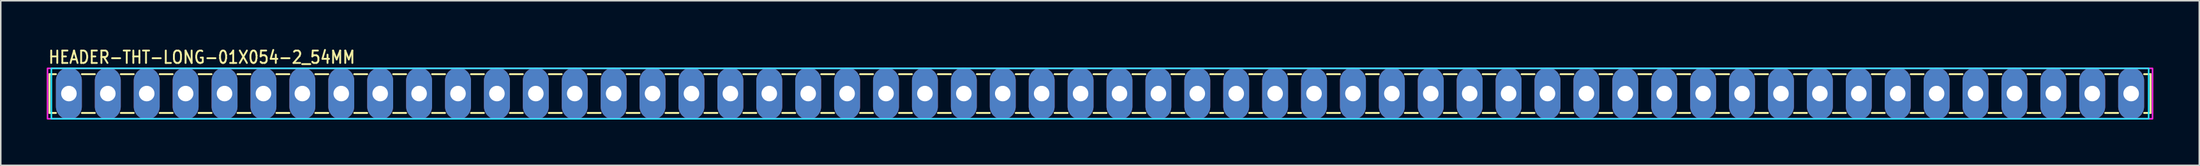
<source format=kicad_pcb>
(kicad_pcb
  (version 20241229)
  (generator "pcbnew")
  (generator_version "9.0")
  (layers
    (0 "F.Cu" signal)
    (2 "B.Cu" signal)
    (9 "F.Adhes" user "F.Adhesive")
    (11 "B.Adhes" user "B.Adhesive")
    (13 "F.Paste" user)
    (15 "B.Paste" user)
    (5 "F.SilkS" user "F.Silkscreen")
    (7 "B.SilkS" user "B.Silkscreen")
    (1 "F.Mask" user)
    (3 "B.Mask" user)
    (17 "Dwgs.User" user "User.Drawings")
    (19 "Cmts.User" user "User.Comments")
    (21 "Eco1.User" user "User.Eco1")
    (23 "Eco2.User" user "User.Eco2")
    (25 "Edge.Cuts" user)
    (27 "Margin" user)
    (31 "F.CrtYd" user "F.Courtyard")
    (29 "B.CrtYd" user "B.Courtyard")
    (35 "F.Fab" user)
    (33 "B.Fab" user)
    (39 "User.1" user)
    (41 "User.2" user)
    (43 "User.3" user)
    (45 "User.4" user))
  (footprint "HEADER-THT-LONG-01X054-2_54MM"
    (layer "F.Cu")
    (at 1.447 3.079)
    (property "Reference" "HEADER-THT-LONG-01X054-2_54MM" (at -1.4 -1.9 0) (unlocked yes) (layer "F.SilkS") (effects (font (size 0.813 0.695) (thickness 0.122)) (justify left bottom)))
    (fp_line (start -1.27 -1.27) (end -1.27 1.27) (stroke (width 0.127) (type solid)) (layer "F.SilkS"))
    (fp_line (start -1.27 1.27) (end -0.85 1.27) (stroke (width 0.127) (type solid)) (layer "F.SilkS"))
    (fp_line (start -0.85 -1.27) (end -1.27 -1.27) (stroke (width 0.127) (type solid)) (layer "F.SilkS"))
    (fp_line (start 0.85 -1.27) (end 1.69 -1.27) (stroke (width 0.127) (type solid)) (layer "F.SilkS"))
    (fp_line (start 0.85 1.27) (end 1.69 1.27) (stroke (width 0.127) (type solid)) (layer "F.SilkS"))
    (fp_line (start 3.39 -1.27) (end 4.23 -1.27) (stroke (width 0.127) (type solid)) (layer "F.SilkS"))
    (fp_line (start 3.39 1.27) (end 4.23 1.27) (stroke (width 0.127) (type solid)) (layer "F.SilkS"))
    (fp_line (start 5.93 -1.27) (end 6.77 -1.27) (stroke (width 0.127) (type solid)) (layer "F.SilkS"))
    (fp_line (start 5.93 1.27) (end 6.77 1.27) (stroke (width 0.127) (type solid)) (layer "F.SilkS"))
    (fp_line (start 8.47 -1.27) (end 9.31 -1.27) (stroke (width 0.127) (type solid)) (layer "F.SilkS"))
    (fp_line (start 8.47 1.27) (end 9.31 1.27) (stroke (width 0.127) (type solid)) (layer "F.SilkS"))
    (fp_line (start 11.01 -1.27) (end 11.85 -1.27) (stroke (width 0.127) (type solid)) (layer "F.SilkS"))
    (fp_line (start 11.01 1.27) (end 11.85 1.27) (stroke (width 0.127) (type solid)) (layer "F.SilkS"))
    (fp_line (start 13.55 -1.27) (end 14.39 -1.27) (stroke (width 0.127) (type solid)) (layer "F.SilkS"))
    (fp_line (start 13.55 1.27) (end 14.39 1.27) (stroke (width 0.127) (type solid)) (layer "F.SilkS"))
    (fp_line (start 16.09 -1.27) (end 16.93 -1.27) (stroke (width 0.127) (type solid)) (layer "F.SilkS"))
    (fp_line (start 16.09 1.27) (end 16.93 1.27) (stroke (width 0.127) (type solid)) (layer "F.SilkS"))
    (fp_line (start 18.63 -1.27) (end 19.47 -1.27) (stroke (width 0.127) (type solid)) (layer "F.SilkS"))
    (fp_line (start 18.63 1.27) (end 19.47 1.27) (stroke (width 0.127) (type solid)) (layer "F.SilkS"))
    (fp_line (start 21.17 -1.27) (end 22.01 -1.27) (stroke (width 0.127) (type solid)) (layer "F.SilkS"))
    (fp_line (start 21.17 1.27) (end 22.01 1.27) (stroke (width 0.127) (type solid)) (layer "F.SilkS"))
    (fp_line (start 23.71 -1.27) (end 24.55 -1.27) (stroke (width 0.127) (type solid)) (layer "F.SilkS"))
    (fp_line (start 23.71 1.27) (end 24.55 1.27) (stroke (width 0.127) (type solid)) (layer "F.SilkS"))
    (fp_line (start 26.25 -1.27) (end 27.09 -1.27) (stroke (width 0.127) (type solid)) (layer "F.SilkS"))
    (fp_line (start 26.25 1.27) (end 27.09 1.27) (stroke (width 0.127) (type solid)) (layer "F.SilkS"))
    (fp_line (start 28.79 -1.27) (end 29.63 -1.27) (stroke (width 0.127) (type solid)) (layer "F.SilkS"))
    (fp_line (start 28.79 1.27) (end 29.63 1.27) (stroke (width 0.127) (type solid)) (layer "F.SilkS"))
    (fp_line (start 31.33 -1.27) (end 32.17 -1.27) (stroke (width 0.127) (type solid)) (layer "F.SilkS"))
    (fp_line (start 31.33 1.27) (end 32.17 1.27) (stroke (width 0.127) (type solid)) (layer "F.SilkS"))
    (fp_line (start 33.87 -1.27) (end 34.71 -1.27) (stroke (width 0.127) (type solid)) (layer "F.SilkS"))
    (fp_line (start 33.87 1.27) (end 34.71 1.27) (stroke (width 0.127) (type solid)) (layer "F.SilkS"))
    (fp_line (start 36.41 -1.27) (end 37.25 -1.27) (stroke (width 0.127) (type solid)) (layer "F.SilkS"))
    (fp_line (start 36.41 1.27) (end 37.25 1.27) (stroke (width 0.127) (type solid)) (layer "F.SilkS"))
    (fp_line (start 38.95 -1.27) (end 39.79 -1.27) (stroke (width 0.127) (type solid)) (layer "F.SilkS"))
    (fp_line (start 38.95 1.27) (end 39.79 1.27) (stroke (width 0.127) (type solid)) (layer "F.SilkS"))
    (fp_line (start 41.49 -1.27) (end 42.33 -1.27) (stroke (width 0.127) (type solid)) (layer "F.SilkS"))
    (fp_line (start 41.49 1.27) (end 42.33 1.27) (stroke (width 0.127) (type solid)) (layer "F.SilkS"))
    (fp_line (start 44.03 -1.27) (end 44.87 -1.27) (stroke (width 0.127) (type solid)) (layer "F.SilkS"))
    (fp_line (start 44.03 1.27) (end 44.87 1.27) (stroke (width 0.127) (type solid)) (layer "F.SilkS"))
    (fp_line (start 46.57 -1.27) (end 47.41 -1.27) (stroke (width 0.127) (type solid)) (layer "F.SilkS"))
    (fp_line (start 46.57 1.27) (end 47.41 1.27) (stroke (width 0.127) (type solid)) (layer "F.SilkS"))
    (fp_line (start 49.11 -1.27) (end 49.95 -1.27) (stroke (width 0.127) (type solid)) (layer "F.SilkS"))
    (fp_line (start 49.11 1.27) (end 49.95 1.27) (stroke (width 0.127) (type solid)) (layer "F.SilkS"))
    (fp_line (start 51.65 -1.27) (end 52.49 -1.27) (stroke (width 0.127) (type solid)) (layer "F.SilkS"))
    (fp_line (start 51.65 1.27) (end 52.49 1.27) (stroke (width 0.127) (type solid)) (layer "F.SilkS"))
    (fp_line (start 54.19 -1.27) (end 55.03 -1.27) (stroke (width 0.127) (type solid)) (layer "F.SilkS"))
    (fp_line (start 54.19 1.27) (end 55.03 1.27) (stroke (width 0.127) (type solid)) (layer "F.SilkS"))
    (fp_line (start 56.73 -1.27) (end 57.57 -1.27) (stroke (width 0.127) (type solid)) (layer "F.SilkS"))
    (fp_line (start 56.73 1.27) (end 57.57 1.27) (stroke (width 0.127) (type solid)) (layer "F.SilkS"))
    (fp_line (start 59.27 -1.27) (end 60.11 -1.27) (stroke (width 0.127) (type solid)) (layer "F.SilkS"))
    (fp_line (start 59.27 1.27) (end 60.11 1.27) (stroke (width 0.127) (type solid)) (layer "F.SilkS"))
    (fp_line (start 61.81 -1.27) (end 62.65 -1.27) (stroke (width 0.127) (type solid)) (layer "F.SilkS"))
    (fp_line (start 61.81 1.27) (end 62.65 1.27) (stroke (width 0.127) (type solid)) (layer "F.SilkS"))
    (fp_line (start 64.35 -1.27) (end 65.19 -1.27) (stroke (width 0.127) (type solid)) (layer "F.SilkS"))
    (fp_line (start 64.35 1.27) (end 65.19 1.27) (stroke (width 0.127) (type solid)) (layer "F.SilkS"))
    (fp_line (start 66.89 -1.27) (end 67.73 -1.27) (stroke (width 0.127) (type solid)) (layer "F.SilkS"))
    (fp_line (start 66.89 1.27) (end 67.73 1.27) (stroke (width 0.127) (type solid)) (layer "F.SilkS"))
    (fp_line (start 69.43 -1.27) (end 70.27 -1.27) (stroke (width 0.127) (type solid)) (layer "F.SilkS"))
    (fp_line (start 69.43 1.27) (end 70.27 1.27) (stroke (width 0.127) (type solid)) (layer "F.SilkS"))
    (fp_line (start 71.97 -1.27) (end 72.81 -1.27) (stroke (width 0.127) (type solid)) (layer "F.SilkS"))
    (fp_line (start 71.97 1.27) (end 72.81 1.27) (stroke (width 0.127) (type solid)) (layer "F.SilkS"))
    (fp_line (start 74.51 -1.27) (end 75.35 -1.27) (stroke (width 0.127) (type solid)) (layer "F.SilkS"))
    (fp_line (start 74.51 1.27) (end 75.35 1.27) (stroke (width 0.127) (type solid)) (layer "F.SilkS"))
    (fp_line (start 77.05 -1.27) (end 77.89 -1.27) (stroke (width 0.127) (type solid)) (layer "F.SilkS"))
    (fp_line (start 77.05 1.27) (end 77.89 1.27) (stroke (width 0.127) (type solid)) (layer "F.SilkS"))
    (fp_line (start 79.59 -1.27) (end 80.43 -1.27) (stroke (width 0.127) (type solid)) (layer "F.SilkS"))
    (fp_line (start 79.59 1.27) (end 80.43 1.27) (stroke (width 0.127) (type solid)) (layer "F.SilkS"))
    (fp_line (start 82.13 -1.27) (end 82.97 -1.27) (stroke (width 0.127) (type solid)) (layer "F.SilkS"))
    (fp_line (start 82.13 1.27) (end 82.97 1.27) (stroke (width 0.127) (type solid)) (layer "F.SilkS"))
    (fp_line (start 84.67 -1.27) (end 85.51 -1.27) (stroke (width 0.127) (type solid)) (layer "F.SilkS"))
    (fp_line (start 84.67 1.27) (end 85.51 1.27) (stroke (width 0.127) (type solid)) (layer "F.SilkS"))
    (fp_line (start 87.21 -1.27) (end 88.05 -1.27) (stroke (width 0.127) (type solid)) (layer "F.SilkS"))
    (fp_line (start 87.21 1.27) (end 88.05 1.27) (stroke (width 0.127) (type solid)) (layer "F.SilkS"))
    (fp_line (start 89.75 -1.27) (end 90.59 -1.27) (stroke (width 0.127) (type solid)) (layer "F.SilkS"))
    (fp_line (start 89.75 1.27) (end 90.59 1.27) (stroke (width 0.127) (type solid)) (layer "F.SilkS"))
    (fp_line (start 92.29 -1.27) (end 93.13 -1.27) (stroke (width 0.127) (type solid)) (layer "F.SilkS"))
    (fp_line (start 92.29 1.27) (end 93.13 1.27) (stroke (width 0.127) (type solid)) (layer "F.SilkS"))
    (fp_line (start 94.83 -1.27) (end 95.67 -1.27) (stroke (width 0.127) (type solid)) (layer "F.SilkS"))
    (fp_line (start 94.83 1.27) (end 95.67 1.27) (stroke (width 0.127) (type solid)) (layer "F.SilkS"))
    (fp_line (start 97.37 -1.27) (end 98.21 -1.27) (stroke (width 0.127) (type solid)) (layer "F.SilkS"))
    (fp_line (start 97.37 1.27) (end 98.21 1.27) (stroke (width 0.127) (type solid)) (layer "F.SilkS"))
    (fp_line (start 99.91 -1.27) (end 100.75 -1.27) (stroke (width 0.127) (type solid)) (layer "F.SilkS"))
    (fp_line (start 99.91 1.27) (end 100.75 1.27) (stroke (width 0.127) (type solid)) (layer "F.SilkS"))
    (fp_line (start 102.45 -1.27) (end 103.29 -1.27) (stroke (width 0.127) (type solid)) (layer "F.SilkS"))
    (fp_line (start 102.45 1.27) (end 103.29 1.27) (stroke (width 0.127) (type solid)) (layer "F.SilkS"))
    (fp_line (start 104.99 -1.27) (end 105.83 -1.27) (stroke (width 0.127) (type solid)) (layer "F.SilkS"))
    (fp_line (start 104.99 1.27) (end 105.83 1.27) (stroke (width 0.127) (type solid)) (layer "F.SilkS"))
    (fp_line (start 107.53 -1.27) (end 108.37 -1.27) (stroke (width 0.127) (type solid)) (layer "F.SilkS"))
    (fp_line (start 107.53 1.27) (end 108.37 1.27) (stroke (width 0.127) (type solid)) (layer "F.SilkS"))
    (fp_line (start 110.07 -1.27) (end 110.91 -1.27) (stroke (width 0.127) (type solid)) (layer "F.SilkS"))
    (fp_line (start 110.07 1.27) (end 110.91 1.27) (stroke (width 0.127) (type solid)) (layer "F.SilkS"))
    (fp_line (start 112.61 -1.27) (end 113.45 -1.27) (stroke (width 0.127) (type solid)) (layer "F.SilkS"))
    (fp_line (start 112.61 1.27) (end 113.45 1.27) (stroke (width 0.127) (type solid)) (layer "F.SilkS"))
    (fp_line (start 115.15 -1.27) (end 115.99 -1.27) (stroke (width 0.127) (type solid)) (layer "F.SilkS"))
    (fp_line (start 115.15 1.27) (end 115.99 1.27) (stroke (width 0.127) (type solid)) (layer "F.SilkS"))
    (fp_line (start 117.69 -1.27) (end 118.53 -1.27) (stroke (width 0.127) (type solid)) (layer "F.SilkS"))
    (fp_line (start 117.69 1.27) (end 118.53 1.27) (stroke (width 0.127) (type solid)) (layer "F.SilkS"))
    (fp_line (start 120.23 -1.27) (end 121.07 -1.27) (stroke (width 0.127) (type solid)) (layer "F.SilkS"))
    (fp_line (start 120.23 1.27) (end 121.07 1.27) (stroke (width 0.127) (type solid)) (layer "F.SilkS"))
    (fp_line (start 122.77 -1.27) (end 123.61 -1.27) (stroke (width 0.127) (type solid)) (layer "F.SilkS"))
    (fp_line (start 122.77 1.27) (end 123.61 1.27) (stroke (width 0.127) (type solid)) (layer "F.SilkS"))
    (fp_line (start 125.31 -1.27) (end 126.15 -1.27) (stroke (width 0.127) (type solid)) (layer "F.SilkS"))
    (fp_line (start 125.31 1.27) (end 126.15 1.27) (stroke (width 0.127) (type solid)) (layer "F.SilkS"))
    (fp_line (start 127.85 -1.27) (end 128.69 -1.27) (stroke (width 0.127) (type solid)) (layer "F.SilkS"))
    (fp_line (start 127.85 1.27) (end 128.69 1.27) (stroke (width 0.127) (type solid)) (layer "F.SilkS"))
    (fp_line (start 130.39 -1.27) (end 131.23 -1.27) (stroke (width 0.127) (type solid)) (layer "F.SilkS"))
    (fp_line (start 130.39 1.27) (end 131.23 1.27) (stroke (width 0.127) (type solid)) (layer "F.SilkS"))
    (fp_line (start 132.93 -1.27) (end 133.77 -1.27) (stroke (width 0.127) (type solid)) (layer "F.SilkS"))
    (fp_line (start 132.93 1.27) (end 133.77 1.27) (stroke (width 0.127) (type solid)) (layer "F.SilkS"))
    (fp_line (start 135.47 -1.27) (end 135.89 -1.27) (stroke (width 0.127) (type solid)) (layer "F.SilkS"))
    (fp_line (start 135.89 -1.27) (end 135.89 1.27) (stroke (width 0.127) (type solid)) (layer "F.SilkS"))
    (fp_line (start 135.89 1.27) (end 135.47 1.27) (stroke (width 0.127) (type solid)) (layer "F.SilkS"))
    (fp_poly (pts (xy -1.143 -1.651) (xy 135.763 -1.651) (xy 135.763 1.651) (xy -1.143 1.651)) (stroke (width 0.1) (type solid)) (fill no) (layer "B.CrtYd"))
    (fp_poly (pts (xy -1.397 -1.651) (xy 136.017 -1.651) (xy 136.017 1.651) (xy -1.397 1.651)) (stroke (width 0.1) (type solid)) (fill no) (layer "F.CrtYd"))
    (pad "P$1" thru_hole oval (at 0 0 90) (size 3.387 1.693) (drill 1.016) (layers "*.Cu" "*.Mask"))
    (pad "P$2" thru_hole oval (at 2.54 0 90) (size 3.387 1.693) (drill 1.016) (layers "*.Cu" "*.Mask"))
    (pad "P$3" thru_hole oval (at 5.08 0 90) (size 3.387 1.693) (drill 1.016) (layers "*.Cu" "*.Mask"))
    (pad "P$4" thru_hole oval (at 7.62 0 90) (size 3.387 1.693) (drill 1.016) (layers "*.Cu" "*.Mask"))
    (pad "P$5" thru_hole oval (at 10.16 0 90) (size 3.387 1.693) (drill 1.016) (layers "*.Cu" "*.Mask"))
    (pad "P$6" thru_hole oval (at 12.7 0 90) (size 3.387 1.693) (drill 1.016) (layers "*.Cu" "*.Mask"))
    (pad "P$7" thru_hole oval (at 15.24 0 90) (size 3.387 1.693) (drill 1.016) (layers "*.Cu" "*.Mask"))
    (pad "P$8" thru_hole oval (at 17.78 0 90) (size 3.387 1.693) (drill 1.016) (layers "*.Cu" "*.Mask"))
    (pad "P$9" thru_hole oval (at 20.32 0 90) (size 3.387 1.693) (drill 1.016) (layers "*.Cu" "*.Mask"))
    (pad "P$10" thru_hole oval (at 22.86 0 90) (size 3.387 1.693) (drill 1.016) (layers "*.Cu" "*.Mask"))
    (pad "P$11" thru_hole oval (at 25.4 0 90) (size 3.387 1.693) (drill 1.016) (layers "*.Cu" "*.Mask"))
    (pad "P$12" thru_hole oval (at 27.94 0 90) (size 3.387 1.693) (drill 1.016) (layers "*.Cu" "*.Mask"))
    (pad "P$13" thru_hole oval (at 30.48 0 90) (size 3.387 1.693) (drill 1.016) (layers "*.Cu" "*.Mask"))
    (pad "P$14" thru_hole oval (at 33.02 0 90) (size 3.387 1.693) (drill 1.016) (layers "*.Cu" "*.Mask"))
    (pad "P$15" thru_hole oval (at 35.56 0 90) (size 3.387 1.693) (drill 1.016) (layers "*.Cu" "*.Mask"))
    (pad "P$16" thru_hole oval (at 38.1 0 90) (size 3.387 1.693) (drill 1.016) (layers "*.Cu" "*.Mask"))
    (pad "P$17" thru_hole oval (at 40.64 0 90) (size 3.387 1.693) (drill 1.016) (layers "*.Cu" "*.Mask"))
    (pad "P$18" thru_hole oval (at 43.18 0 90) (size 3.387 1.693) (drill 1.016) (layers "*.Cu" "*.Mask"))
    (pad "P$19" thru_hole oval (at 45.72 0 90) (size 3.387 1.693) (drill 1.016) (layers "*.Cu" "*.Mask"))
    (pad "P$20" thru_hole oval (at 48.26 0 90) (size 3.387 1.693) (drill 1.016) (layers "*.Cu" "*.Mask"))
    (pad "P$21" thru_hole oval (at 50.8 0 90) (size 3.387 1.693) (drill 1.016) (layers "*.Cu" "*.Mask"))
    (pad "P$22" thru_hole oval (at 53.34 0 90) (size 3.387 1.693) (drill 1.016) (layers "*.Cu" "*.Mask"))
    (pad "P$23" thru_hole oval (at 55.88 0 90) (size 3.387 1.693) (drill 1.016) (layers "*.Cu" "*.Mask"))
    (pad "P$24" thru_hole oval (at 58.42 0 90) (size 3.387 1.693) (drill 1.016) (layers "*.Cu" "*.Mask"))
    (pad "P$25" thru_hole oval (at 60.96 0 90) (size 3.387 1.693) (drill 1.016) (layers "*.Cu" "*.Mask"))
    (pad "P$26" thru_hole oval (at 63.5 0 90) (size 3.387 1.693) (drill 1.016) (layers "*.Cu" "*.Mask"))
    (pad "P$27" thru_hole oval (at 66.04 0 90) (size 3.387 1.693) (drill 1.016) (layers "*.Cu" "*.Mask"))
    (pad "P$28" thru_hole oval (at 68.58 0 90) (size 3.387 1.693) (drill 1.016) (layers "*.Cu" "*.Mask"))
    (pad "P$29" thru_hole oval (at 71.12 0 90) (size 3.387 1.693) (drill 1.016) (layers "*.Cu" "*.Mask"))
    (pad "P$30" thru_hole oval (at 73.66 0 90) (size 3.387 1.693) (drill 1.016) (layers "*.Cu" "*.Mask"))
    (pad "P$31" thru_hole oval (at 76.2 0 90) (size 3.387 1.693) (drill 1.016) (layers "*.Cu" "*.Mask"))
    (pad "P$32" thru_hole oval (at 78.74 0 90) (size 3.387 1.693) (drill 1.016) (layers "*.Cu" "*.Mask"))
    (pad "P$33" thru_hole oval (at 81.28 0 90) (size 3.387 1.693) (drill 1.016) (layers "*.Cu" "*.Mask"))
    (pad "P$34" thru_hole oval (at 83.82 0 90) (size 3.387 1.693) (drill 1.016) (layers "*.Cu" "*.Mask"))
    (pad "P$35" thru_hole oval (at 86.36 0 90) (size 3.387 1.693) (drill 1.016) (layers "*.Cu" "*.Mask"))
    (pad "P$36" thru_hole oval (at 88.9 0 90) (size 3.387 1.693) (drill 1.016) (layers "*.Cu" "*.Mask"))
    (pad "P$37" thru_hole oval (at 91.44 0 90) (size 3.387 1.693) (drill 1.016) (layers "*.Cu" "*.Mask"))
    (pad "P$38" thru_hole oval (at 93.98 0 90) (size 3.387 1.693) (drill 1.016) (layers "*.Cu" "*.Mask"))
    (pad "P$39" thru_hole oval (at 96.52 0 90) (size 3.387 1.693) (drill 1.016) (layers "*.Cu" "*.Mask"))
    (pad "P$40" thru_hole oval (at 99.06 0 90) (size 3.387 1.693) (drill 1.016) (layers "*.Cu" "*.Mask"))
    (pad "P$41" thru_hole oval (at 101.6 0 90) (size 3.387 1.693) (drill 1.016) (layers "*.Cu" "*.Mask"))
    (pad "P$42" thru_hole oval (at 104.14 0 90) (size 3.387 1.693) (drill 1.016) (layers "*.Cu" "*.Mask"))
    (pad "P$43" thru_hole oval (at 106.68 0 90) (size 3.387 1.693) (drill 1.016) (layers "*.Cu" "*.Mask"))
    (pad "P$44" thru_hole oval (at 109.22 0 90) (size 3.387 1.693) (drill 1.016) (layers "*.Cu" "*.Mask"))
    (pad "P$45" thru_hole oval (at 111.76 0 90) (size 3.387 1.693) (drill 1.016) (layers "*.Cu" "*.Mask"))
    (pad "P$46" thru_hole oval (at 114.3 0 90) (size 3.387 1.693) (drill 1.016) (layers "*.Cu" "*.Mask"))
    (pad "P$47" thru_hole oval (at 116.84 0 90) (size 3.387 1.693) (drill 1.016) (layers "*.Cu" "*.Mask"))
    (pad "P$48" thru_hole oval (at 119.38 0 90) (size 3.387 1.693) (drill 1.016) (layers "*.Cu" "*.Mask"))
    (pad "P$49" thru_hole oval (at 121.92 0 90) (size 3.387 1.693) (drill 1.016) (layers "*.Cu" "*.Mask"))
    (pad "P$50" thru_hole oval (at 124.46 0 90) (size 3.387 1.693) (drill 1.016) (layers "*.Cu" "*.Mask"))
    (pad "P$51" thru_hole oval (at 127 0 90) (size 3.387 1.693) (drill 1.016) (layers "*.Cu" "*.Mask"))
    (pad "P$52" thru_hole oval (at 129.54 0 90) (size 3.387 1.693) (drill 1.016) (layers "*.Cu" "*.Mask"))
    (pad "P$53" thru_hole oval (at 132.08 0 90) (size 3.387 1.693) (drill 1.016) (layers "*.Cu" "*.Mask"))
    (pad "P$54" thru_hole oval (at 134.62 0 90) (size 3.387 1.693) (drill 1.016) (layers "*.Cu" "*.Mask")))
  (gr_rect
    (start -3 -3)
    (end 140.514 7.78)
    (stroke (width 0.1) (type default))
    (fill no)
    (layer "Edge.Cuts")))
</source>
